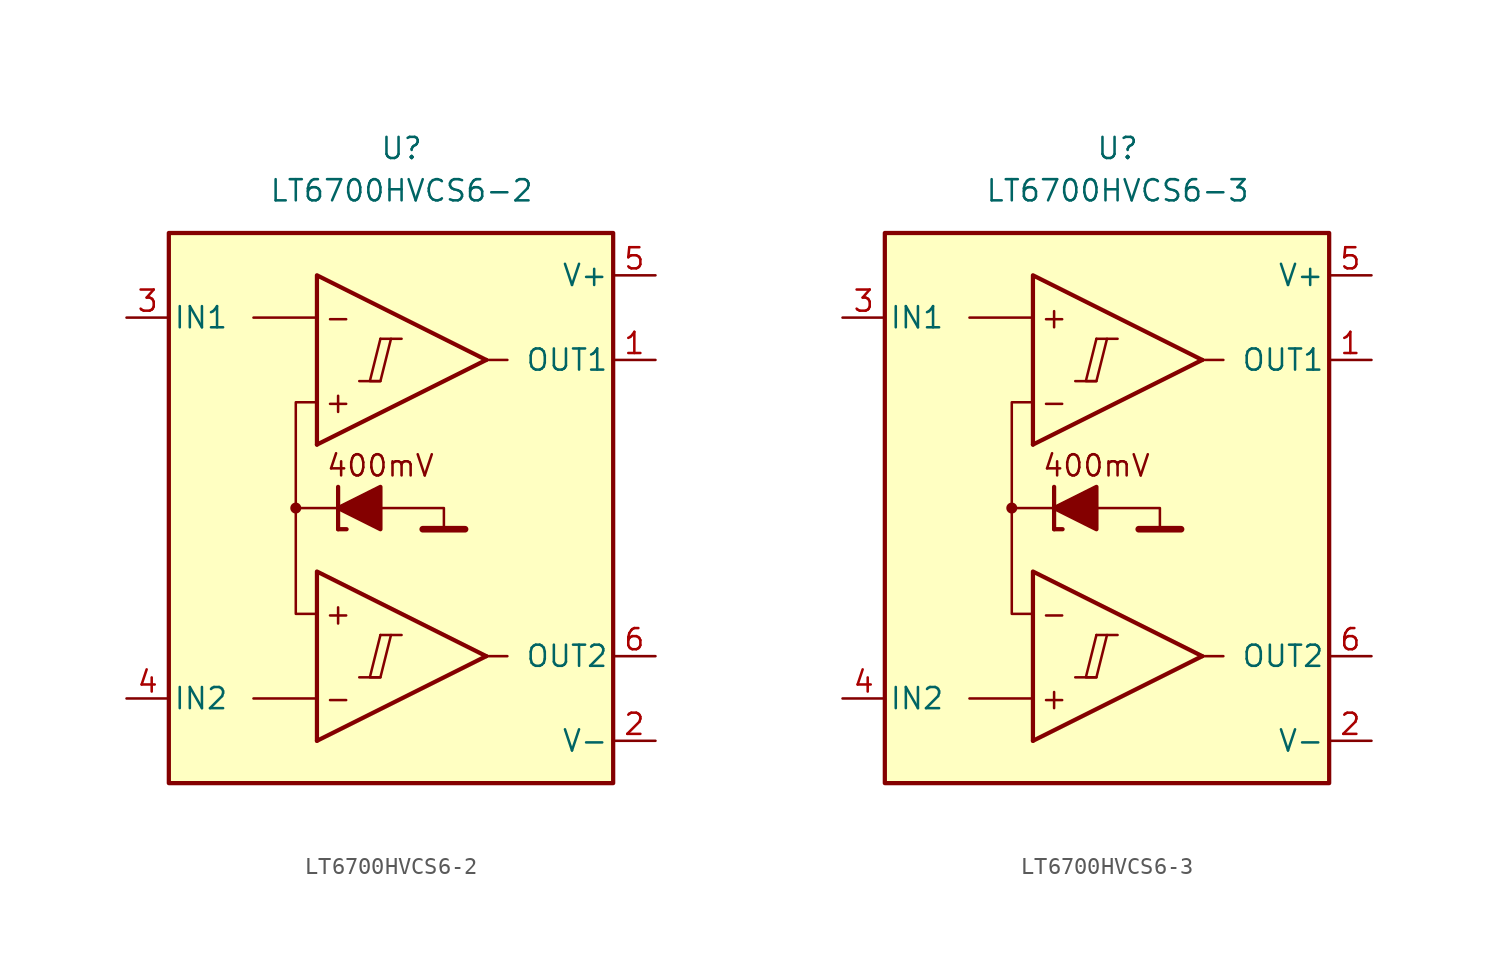
<source format=kicad_sym>
(kicad_symbol_lib
  (version 20231120)
  (generator "kicad_symbol_editor")
  (generator_version "8.0")
  (symbol "LT6700HVCS6-2"
    (pin_names
      (offset 0.254))
    (property "Reference" "U"
      (at 0 22.86 0)
      (effects (font (size 1.27 1.27))))
    (property "Value" "LT6700HVCS6-2"
      (at 0 20.32 0)
      (effects (font (size 1.27 1.27))))
    (symbol "LT6700HVCS6-2_0_0"
      (rectangle (start -13.97 17.78) (end 12.7 -15.24) (stroke (width 0.254) (type default)) (fill (type background)))
      (circle (center -6.35 1.27) (radius 0.254) (stroke (width 0.152) (type default)) (fill (type outline)))
      (polyline (pts (xy -2.54 -8.89) (xy -1.27 -8.89)) (stroke (width 0.152) (type default)) (fill (type none)))
      (polyline (pts (xy -2.54 8.89) (xy -1.27 8.89)) (stroke (width 0.152) (type default)) (fill (type none)))
      (polyline (pts (xy -1.27 -6.35) (xy 0 -6.35)) (stroke (width 0.152) (type default)) (fill (type none)))
      (polyline (pts (xy -1.27 11.43) (xy 0 11.43)) (stroke (width 0.152) (type default)) (fill (type none)))
      (polyline (pts (xy 5.08 -7.62) (xy -5.08 -12.7)) (stroke (width 0.254) (type default)) (fill (type none)))
      (polyline (pts (xy 5.08 10.16) (xy -5.08 5.08)) (stroke (width 0.254) (type default)) (fill (type none)))
      (polyline (pts (xy 5.08 -7.62) (xy -5.08 -2.54) (xy -5.08 -12.7)) (stroke (width 0.254) (type default)) (fill (type background)))
      (polyline (pts (xy 5.08 10.16) (xy -5.08 15.24) (xy -5.08 5.08)) (stroke (width 0.254) (type default)) (fill (type background)))
      (polyline (pts (xy -1.27 -6.35) (xy -1.905 -8.89) (xy -1.27 -8.89) (xy -0.635 -6.35)) (stroke (width 0.152) (type default)) (fill (type none)))
      (polyline (pts (xy -1.27 11.43) (xy -1.905 8.89) (xy -1.27 8.89) (xy -0.635 11.43)) (stroke (width 0.152) (type default)) (fill (type none)))
      (text "+" (at -3.81 -5.08 0) (effects (font (size 1.27 1.27))))
      (text "+" (at -3.81 7.62 0) (effects (font (size 1.27 1.27))))
      (text "-" (at -3.81 -10.16 0) (effects (font (size 1.27 1.27))))
      (text "-" (at -3.81 12.7 0) (effects (font (size 1.27 1.27)))))
    (symbol "LT6700HVCS6-2_0_1"
      (polyline (pts (xy -5.08 -10.16) (xy -8.89 -10.16)) (stroke (width 0) (type default)) (fill (type none)))
      (polyline (pts (xy -5.08 12.7) (xy -8.89 12.7)) (stroke (width 0) (type default)) (fill (type none)))
      (polyline (pts (xy -3.81 0) (xy -3.81 2.54)) (stroke (width 0.254) (type default)) (fill (type none)))
      (polyline (pts (xy -3.81 0) (xy -3.302 0)) (stroke (width 0.254) (type default)) (fill (type none)))
      (polyline (pts (xy -3.81 1.27) (xy -6.35 1.27)) (stroke (width 0.152) (type default)) (fill (type none)))
      (polyline (pts (xy 1.27 0) (xy 3.81 0)) (stroke (width 0.4) (type default)) (fill (type none)))
      (polyline (pts (xy 5.08 -7.62) (xy 6.35 -7.62)) (stroke (width 0) (type default)) (fill (type none)))
      (polyline (pts (xy 5.08 10.16) (xy 6.35 10.16)) (stroke (width 0) (type default)) (fill (type none)))
      (polyline (pts (xy -1.27 1.27) (xy 2.54 1.27) (xy 2.54 0)) (stroke (width 0.152) (type default)) (fill (type none)))
      (polyline (pts (xy -5.08 -5.08) (xy -6.35 -5.08) (xy -6.35 7.62) (xy -5.08 7.62)) (stroke (width 0.152) (type default)) (fill (type none)))
      (polyline (pts (xy -1.27 2.54) (xy -1.27 0) (xy -3.81 1.27) (xy -1.27 2.54)) (stroke (width 0.254) (type default)) (fill (type outline))))
    (symbol "LT6700HVCS6-2_1_0"
      (text "400mV" (at -1.27 3.81 0) (effects (font (size 1.27 1.27)))))
    (symbol "LT6700HVCS6-2_1_1"
      (pin output line (at 15.24 10.16 180) (length 2.54) (name "OUT1" (effects (font (size 1.27 1.27)))) (number "1" (effects (font (size 1.27 1.27)))))
      (pin power_in line (at 15.24 -12.7 180) (length 2.54) (name "V-" (effects (font (size 1.27 1.27)))) (number "2" (effects (font (size 1.27 1.27)))))
      (pin input line (at -16.51 12.7 0) (length 2.54) (name "IN1" (effects (font (size 1.27 1.27)))) (number "3" (effects (font (size 1.27 1.27)))))
      (pin input line (at -16.51 -10.16 0) (length 2.54) (name "IN2" (effects (font (size 1.27 1.27)))) (number "4" (effects (font (size 1.27 1.27)))))
      (pin power_in line (at 15.24 15.24 180) (length 2.54) (name "V+" (effects (font (size 1.27 1.27)))) (number "5" (effects (font (size 1.27 1.27)))))
      (pin output line (at 15.24 -7.62 180) (length 2.54) (name "OUT2" (effects (font (size 1.27 1.27)))) (number "6" (effects (font (size 1.27 1.27)))))))
  (symbol "LT6700HVCS6-3"
    (pin_names
      (offset 0.254))
    (property "Reference" "U"
      (at 0 22.86 0)
      (effects (font (size 1.27 1.27))))
    (property "Value" "LT6700HVCS6-3"
      (at 0 20.32 0)
      (effects (font (size 1.27 1.27))))
    (symbol "LT6700HVCS6-3_0_0"
      (rectangle (start -13.97 17.78) (end 12.7 -15.24) (stroke (width 0.254) (type default)) (fill (type background)))
      (circle (center -6.35 1.27) (radius 0.254) (stroke (width 0.152) (type default)) (fill (type outline)))
      (polyline (pts (xy -2.54 -8.89) (xy -1.27 -8.89)) (stroke (width 0.152) (type default)) (fill (type none)))
      (polyline (pts (xy -2.54 8.89) (xy -1.27 8.89)) (stroke (width 0.152) (type default)) (fill (type none)))
      (polyline (pts (xy -1.27 -6.35) (xy 0 -6.35)) (stroke (width 0.152) (type default)) (fill (type none)))
      (polyline (pts (xy -1.27 11.43) (xy 0 11.43)) (stroke (width 0.152) (type default)) (fill (type none)))
      (polyline (pts (xy 5.08 -7.62) (xy -5.08 -12.7)) (stroke (width 0.254) (type default)) (fill (type none)))
      (polyline (pts (xy 5.08 10.16) (xy -5.08 5.08)) (stroke (width 0.254) (type default)) (fill (type none)))
      (polyline (pts (xy 5.08 -7.62) (xy -5.08 -2.54) (xy -5.08 -12.7)) (stroke (width 0.254) (type default)) (fill (type background)))
      (polyline (pts (xy 5.08 10.16) (xy -5.08 15.24) (xy -5.08 5.08)) (stroke (width 0.254) (type default)) (fill (type background)))
      (polyline (pts (xy -1.27 -6.35) (xy -1.905 -8.89) (xy -1.27 -8.89) (xy -0.635 -6.35)) (stroke (width 0.152) (type default)) (fill (type none)))
      (polyline (pts (xy -1.27 11.43) (xy -1.905 8.89) (xy -1.27 8.89) (xy -0.635 11.43)) (stroke (width 0.152) (type default)) (fill (type none)))
      (text "+" (at -3.81 -10.16 0) (effects (font (size 1.27 1.27))))
      (text "+" (at -3.81 12.7 0) (effects (font (size 1.27 1.27))))
      (text "-" (at -3.81 -5.08 0) (effects (font (size 1.27 1.27))))
      (text "-" (at -3.81 7.62 0) (effects (font (size 1.27 1.27)))))
    (symbol "LT6700HVCS6-3_0_1"
      (polyline (pts (xy -5.08 -10.16) (xy -8.89 -10.16)) (stroke (width 0) (type default)) (fill (type none)))
      (polyline (pts (xy -5.08 12.7) (xy -8.89 12.7)) (stroke (width 0) (type default)) (fill (type none)))
      (polyline (pts (xy -3.81 0) (xy -3.81 2.54)) (stroke (width 0.254) (type default)) (fill (type none)))
      (polyline (pts (xy -3.81 0) (xy -3.302 0)) (stroke (width 0.254) (type default)) (fill (type none)))
      (polyline (pts (xy -3.81 1.27) (xy -6.35 1.27)) (stroke (width 0.152) (type default)) (fill (type none)))
      (polyline (pts (xy 1.27 0) (xy 3.81 0)) (stroke (width 0.4) (type default)) (fill (type none)))
      (polyline (pts (xy 5.08 -7.62) (xy 6.35 -7.62)) (stroke (width 0) (type default)) (fill (type none)))
      (polyline (pts (xy 5.08 10.16) (xy 6.35 10.16)) (stroke (width 0) (type default)) (fill (type none)))
      (polyline (pts (xy -1.27 1.27) (xy 2.54 1.27) (xy 2.54 0)) (stroke (width 0.152) (type default)) (fill (type none)))
      (polyline (pts (xy -5.08 -5.08) (xy -6.35 -5.08) (xy -6.35 7.62) (xy -5.08 7.62)) (stroke (width 0.152) (type default)) (fill (type none)))
      (polyline (pts (xy -1.27 2.54) (xy -1.27 0) (xy -3.81 1.27) (xy -1.27 2.54)) (stroke (width 0.254) (type default)) (fill (type outline))))
    (symbol "LT6700HVCS6-3_1_0"
      (text "400mV" (at -1.27 3.81 0) (effects (font (size 1.27 1.27)))))
    (symbol "LT6700HVCS6-3_1_1"
      (pin output line (at 15.24 10.16 180) (length 2.54) (name "OUT1" (effects (font (size 1.27 1.27)))) (number "1" (effects (font (size 1.27 1.27)))))
      (pin power_in line (at 15.24 -12.7 180) (length 2.54) (name "V-" (effects (font (size 1.27 1.27)))) (number "2" (effects (font (size 1.27 1.27)))))
      (pin input line (at -16.51 12.7 0) (length 2.54) (name "IN1" (effects (font (size 1.27 1.27)))) (number "3" (effects (font (size 1.27 1.27)))))
      (pin input line (at -16.51 -10.16 0) (length 2.54) (name "IN2" (effects (font (size 1.27 1.27)))) (number "4" (effects (font (size 1.27 1.27)))))
      (pin power_in line (at 15.24 15.24 180) (length 2.54) (name "V+" (effects (font (size 1.27 1.27)))) (number "5" (effects (font (size 1.27 1.27)))))
      (pin output line (at 15.24 -7.62 180) (length 2.54) (name "OUT2" (effects (font (size 1.27 1.27)))) (number "6" (effects (font (size 1.27 1.27))))))))
</source>
